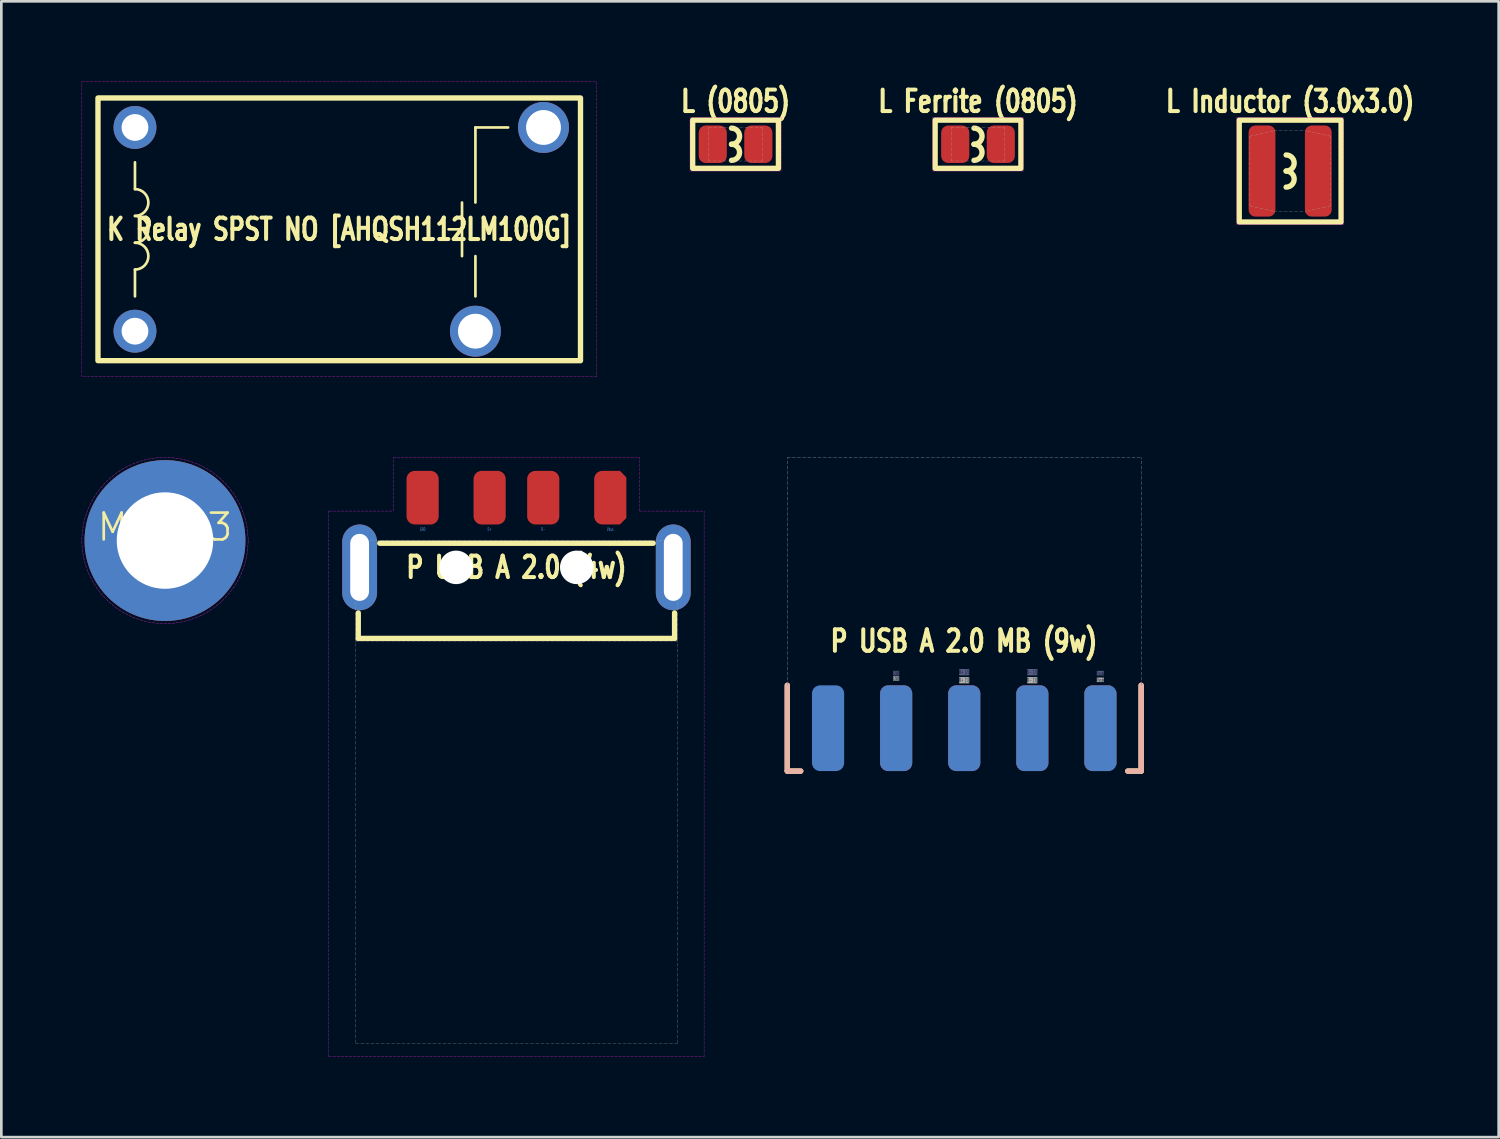
<source format=kicad_pcb>
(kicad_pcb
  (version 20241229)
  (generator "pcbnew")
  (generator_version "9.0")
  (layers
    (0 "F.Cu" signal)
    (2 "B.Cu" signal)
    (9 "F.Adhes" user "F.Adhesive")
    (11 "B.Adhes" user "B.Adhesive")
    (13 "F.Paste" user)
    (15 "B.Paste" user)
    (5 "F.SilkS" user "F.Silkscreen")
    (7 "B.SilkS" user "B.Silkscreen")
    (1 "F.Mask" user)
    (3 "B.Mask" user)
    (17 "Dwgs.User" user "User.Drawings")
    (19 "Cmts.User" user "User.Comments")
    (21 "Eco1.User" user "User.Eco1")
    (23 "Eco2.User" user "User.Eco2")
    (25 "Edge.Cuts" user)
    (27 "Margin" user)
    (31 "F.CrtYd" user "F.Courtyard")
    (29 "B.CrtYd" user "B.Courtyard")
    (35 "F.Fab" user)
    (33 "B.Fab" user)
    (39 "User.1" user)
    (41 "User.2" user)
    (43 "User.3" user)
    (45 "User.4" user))
  (footprint "MH M3"
    (layer "F.Cu")
    (at 3.105 17.115)
    (property "Reference" "MH M3" (at 0 -0.5 0) (unlocked yes) (layer "F.SilkS") (effects (font (size 1 1) (thickness 0.1))))
    (attr smd)
    (fp_circle (center 0 0) (end 3.1 0) (stroke (width 0.01) (type dash)) (fill no) (layer "F.CrtYd"))
    (pad "" np_thru_hole circle (at 0 0) (size 6 6) (drill 3.6) (layers "*.Cu")))
  (footprint "P USB A 2.0 MB (9w)"
    (layer "F.Cu")
    (at 32.92 24.115)
    (property "Reference" "P USB A 2.0 MB (9w)" (at -0.01 -3.25 0) (layer "F.SilkS") (effects (font (size 0.8 0.6) (thickness 0.15))))
    (attr smd)
    (fp_line (start -6.6 -1.6) (end -6.6 1.6) (stroke (width 0.2) (type default)) (layer "F.SilkS"))
    (fp_line (start -6.6 1.6) (end -6.1 1.6) (stroke (width 0.2) (type default)) (layer "F.SilkS"))
    (fp_line (start 6.6 -1.6) (end 6.6 1.6) (stroke (width 0.2) (type default)) (layer "F.SilkS"))
    (fp_line (start 6.6 1.6) (end 6.1 1.6) (stroke (width 0.2) (type default)) (layer "F.SilkS"))
    (fp_line (start -6.6 -1.6) (end -6.6 1.6) (stroke (width 0.2) (type default)) (layer "B.SilkS"))
    (fp_line (start -6.6 1.6) (end -6.1 1.6) (stroke (width 0.2) (type default)) (layer "B.SilkS"))
    (fp_line (start 6.6 -1.6) (end 6.6 1.6) (stroke (width 0.2) (type default)) (layer "B.SilkS"))
    (fp_line (start 6.6 1.6) (end 6.1 1.6) (stroke (width 0.2) (type default)) (layer "B.SilkS"))
    (fp_line (start -6.6 -10.1) (end 6.6 -10.1) (stroke (width 0.01) (type dash_dot)) (layer "B.Fab"))
    (fp_line (start -6.6 -1.6) (end -6.6 -10.1) (stroke (width 0.01) (type dash_dot)) (layer "B.Fab"))
    (fp_line (start 6.6 -1.6) (end 6.6 -10.1) (stroke (width 0.01) (type dash_dot)) (layer "B.Fab"))
    (fp_line (start -6.6 -10.1) (end 6.6 -10.1) (stroke (width 0.01) (type dash_dot)) (layer "F.Fab"))
    (fp_line (start -6.6 -1.6) (end -6.6 -10.1) (stroke (width 0.01) (type dash_dot)) (layer "F.Fab"))
    (fp_line (start 6.6 -1.6) (end 6.6 -10.1) (stroke (width 0.01) (type dash_dot)) (layer "F.Fab"))
    (fp_text user "D+ (2)" (at 0 -2.1 0) (layer "B.Fab" knockout) (effects (font (size 0.13 0.07) (thickness 0.01))))
    (fp_text user "Vusb" (at 5.08 -2.05 0) (layer "B.Fab" knockout) (effects (font (size 0.13 0.07) (thickness 0.01))))
    (fp_text user "D- (2)" (at 2.54 -2.1 0) (layer "B.Fab" knockout) (effects (font (size 0.13 0.07) (thickness 0.01))))
    (fp_text user "GND" (at -2.54 -2.05 0) (layer "B.Fab" knockout) (effects (font (size 0.13 0.07) (thickness 0.01) (bold yes))))
    (fp_text user "D- (1)" (at 2.54 -1.8 0) (layer "F.Fab" knockout) (effects (font (size 0.13 0.07) (thickness 0.01))))
    (fp_text user "GND" (at -2.54 -1.85 0) (layer "F.Fab" knockout) (effects (font (size 0.13 0.07) (thickness 0.01))))
    (fp_text user "D+ (1)" (at 0 -1.8 0) (layer "F.Fab" knockout) (effects (font (size 0.13 0.07) (thickness 0.01))))
    (fp_text user "Vusb" (at 5.08 -1.8 0) (layer "F.Fab" knockout) (effects (font (size 0.13 0.07) (thickness 0.01))))
    (pad "1" smd roundrect (at 5.08 0) (size 1.2 3.2) (layers "F.Cu" "F.Mask" "F.Paste") (roundrect_rratio 0.25) (chamfer_ratio 0.2) (chamfer top_right bottom_right))
    (pad "2" smd roundrect (at 5.08 0) (size 1.2 3.2) (layers "B.Cu" "B.Mask" "B.Paste") (roundrect_rratio 0.25))
    (pad "3" smd roundrect (at 2.54 0) (size 1.2 3.2) (layers "F.Cu" "F.Mask" "F.Paste") (roundrect_rratio 0.25))
    (pad "4" smd roundrect (at 2.54 0) (size 1.2 3.2) (layers "B.Cu" "B.Mask" "B.Paste") (roundrect_rratio 0.25))
    (pad "5" smd roundrect (at 0 0) (size 1.2 3.2) (layers "F.Cu" "F.Mask" "F.Paste") (roundrect_rratio 0.25))
    (pad "6" smd roundrect (at 0 0) (size 1.2 3.2) (layers "B.Cu" "B.Mask" "B.Paste") (roundrect_rratio 0.25))
    (pad "7" smd roundrect (at -2.54 0) (size 1.2 3.2) (layers "F.Cu" "F.Mask" "F.Paste") (roundrect_rratio 0.25))
    (pad "8" smd roundrect (at -2.54 0) (size 1.2 3.2) (layers "B.Cu" "B.Mask" "B.Paste") (roundrect_rratio 0.25))
    (pad "10" smd roundrect (at -5.08 0) (size 1.2 3.2) (layers "B.Cu" "B.Mask" "B.Paste") (roundrect_rratio 0.25)))
  (footprint "K Relay SPST NO [AHQSH112LM100G]"
    (layer "F.Cu")
    (at 9.605 5.505)
    (property "Reference" "K Relay SPST NO [AHQSH112LM100G]" (at 0 0 0) (layer "F.SilkS") (effects (font (size 0.8 0.6) (thickness 0.15) (bold yes))))
    (attr through_hole)
    (fp_line (start -7.62 -1.5) (end -7.62 -2.5) (stroke (width 0.1) (type default)) (layer "F.SilkS"))
    (fp_line (start -7.62 2.5) (end -7.62 1.5) (stroke (width 0.1) (type default)) (layer "F.SilkS"))
    (fp_line (start 4.08 0) (end 4.58 0) (stroke (width 0.1) (type default)) (layer "F.SilkS"))
    (fp_line (start 4.58 1) (end 4.58 -1) (stroke (width 0.1) (type default)) (layer "F.SilkS"))
    (fp_line (start 5.08 -3.8) (end 6.3 -3.8) (stroke (width 0.1) (type default)) (layer "F.SilkS"))
    (fp_line (start 5.08 -1) (end 5.08 -3.8) (stroke (width 0.1) (type default)) (layer "F.SilkS"))
    (fp_line (start 5.08 1) (end 5.08 2.5) (stroke (width 0.1) (type default)) (layer "F.SilkS"))
    (fp_rect (start -9 4.9) (end 9 -4.9) (stroke (width 0.2) (type default)) (fill no) (layer "F.SilkS"))
    (fp_arc (start -7.62 -1.5) (mid -7.12 -1) (end -7.62 -0.5) (stroke (width 0.1) (type default)) (layer "F.SilkS"))
    (fp_arc (start -7.62 -0.5) (mid -7.12 0) (end -7.62 0.5) (stroke (width 0.1) (type default)) (layer "F.SilkS"))
    (fp_arc (start -7.62 0.5) (mid -7.12 1) (end -7.62 1.5) (stroke (width 0.1) (type default)) (layer "F.SilkS"))
    (fp_rect (start -9.6 -5.5) (end 9.6 5.5) (stroke (width 0.01) (type dash)) (fill no) (layer "F.CrtYd"))
    (pad "1" thru_hole circle (at -7.62 -3.8) (size 1.6 1.6) (drill 1) (layers "*.Cu" "*.Mask"))
    (pad "2" thru_hole circle (at -7.62 3.8) (size 1.6 1.6) (drill 1) (layers "*.Cu" "*.Mask"))
    (pad "3" thru_hole circle (at 7.62 -3.8) (size 1.9 1.9) (drill 1.3) (layers "*.Cu" "*.Mask"))
    (pad "4" thru_hole circle (at 5.08 3.8) (size 1.9 1.9) (drill 1.3) (layers "*.Cu" "*.Mask")))
  (footprint "L Inductor (3.0x3.0)"
    (layer "F.Cu")
    (at 45.078 3.331)
    (property "Reference" "L Inductor (3.0x3.0)" (at 0 -2.6 0) (layer "F.SilkS") (effects (font (size 0.8 0.6) (thickness 0.15))))
    (attr smd)
    (fp_rect (start -1.9 -1.9) (end 1.9 1.9) (stroke (width 0.2) (type default)) (fill no) (layer "F.SilkS"))
    (fp_arc (start -0.15 -0.6) (mid 0.15 -0.3) (end -0.15 0) (stroke (width 0.2) (type default)) (layer "F.SilkS"))
    (fp_arc (start -0.15 0) (mid 0.15 0.3) (end -0.15 0.6) (stroke (width 0.2) (type default)) (layer "F.SilkS"))
    (fp_rect (start -2 -2) (end 2 2) (stroke (width 0.01) (type dash)) (fill no) (layer "F.CrtYd"))
    (fp_line (start -1.5 -1.3) (end -1.5 1.3) (stroke (width 0.01) (type dash_dot)) (layer "F.Fab"))
    (fp_line (start -1.5 -1.3) (end -0.6 -1.5) (stroke (width 0.01) (type dash_dot)) (layer "F.Fab"))
    (fp_line (start -1.5 1.3) (end -0.6 1.5) (stroke (width 0.01) (type dash_dot)) (layer "F.Fab"))
    (fp_line (start -0.6 -1.5) (end 0.6 -1.5) (stroke (width 0.01) (type dash_dot)) (layer "F.Fab"))
    (fp_line (start -0.6 1.5) (end 0.6 1.5) (stroke (width 0.01) (type dash_dot)) (layer "F.Fab"))
    (fp_line (start 1.5 -1.3) (end 0.6 -1.5) (stroke (width 0.01) (type dash_dot)) (layer "F.Fab"))
    (fp_line (start 1.5 -1.3) (end 1.5 1.3) (stroke (width 0.01) (type dash_dot)) (layer "F.Fab"))
    (fp_line (start 1.5 1.3) (end 0.6 1.5) (stroke (width 0.01) (type dash_dot)) (layer "F.Fab"))
    (pad "1" smd roundrect (at -1.05 0) (size 1 3.4) (layers "F.Cu" "F.Mask" "F.Paste") (roundrect_rratio 0.25))
    (pad "2" smd roundrect (at 1.05 0) (size 1 3.4) (layers "F.Cu" "F.Mask" "F.Paste") (roundrect_rratio 0.25)))
  (footprint "P USB A 2.0 (4w)"
    (layer "F.Cu")
    (at 16.215 18.115)
    (property "Reference" "P USB A 2.0 (4w)" (at 0 0 0) (unlocked yes) (layer "F.SilkS") (effects (font (size 0.8 0.6) (thickness 0.15))))
    (attr smd)
    (fp_line (start -5.9 1.7) (end -5.9 2.65) (stroke (width 0.2) (type default)) (layer "F.SilkS"))
    (fp_line (start -5.9 2.65) (end 5.9 2.65) (stroke (width 0.2) (type default)) (layer "F.SilkS"))
    (fp_line (start -5.1 -0.9) (end 5.1 -0.9) (stroke (width 0.2) (type default)) (layer "F.SilkS"))
    (fp_line (start 5.9 1.7) (end 5.9 2.65) (stroke (width 0.2) (type default)) (layer "F.SilkS"))
    (fp_line (start -7 -2.1) (end -4.6 -2.1) (stroke (width 0.01) (type dash)) (layer "F.CrtYd"))
    (fp_line (start -7 18.25) (end -7 -2.1) (stroke (width 0.01) (type dash)) (layer "F.CrtYd"))
    (fp_line (start -7 18.25) (end 7 18.25) (stroke (width 0.01) (type dash)) (layer "F.CrtYd"))
    (fp_line (start -4.6 -4.1) (end 4.6 -4.1) (stroke (width 0.01) (type dash)) (layer "F.CrtYd"))
    (fp_line (start -4.6 -2.1) (end -4.6 -4.1) (stroke (width 0.01) (type dash)) (layer "F.CrtYd"))
    (fp_line (start 4.6 -2.1) (end 4.6 -4.1) (stroke (width 0.01) (type dash)) (layer "F.CrtYd"))
    (fp_line (start 4.6 -2.1) (end 7 -2.1) (stroke (width 0.01) (type dash)) (layer "F.CrtYd"))
    (fp_line (start 7 18.25) (end 7 -2.1) (stroke (width 0.01) (type dash)) (layer "F.CrtYd"))
    (fp_line (start -6 2.75) (end 6 2.75) (stroke (width 0.01) (type dash_dot)) (layer "F.Fab"))
    (fp_rect (start -6 17.75) (end 6 -1) (stroke (width 0.01) (type dash_dot)) (fill no) (layer "F.Fab"))
    (fp_text user "Vbus" (at 3.5 -1.5 0) (unlocked yes) (layer "Cmts.User") (effects (font (size 0.13 0.07) (thickness 0.01) (bold yes)) (justify top)))
    (fp_text user "GND" (at -3.5 -1.5 0) (unlocked yes) (layer "Cmts.User") (effects (font (size 0.13 0.07) (thickness 0.01) (bold yes)) (justify top)))
    (fp_text user "D+" (at -1 -1.5 0) (unlocked yes) (layer "Cmts.User") (effects (font (size 0.13 0.07) (thickness 0.01)) (justify top)))
    (fp_text user "D-" (at 1 -1.5 0) (unlocked yes) (layer "Cmts.User") (effects (font (size 0.13 0.07) (thickness 0.01)) (justify top)))
    (pad "" np_thru_hole circle (at -2.25 0) (size 1.25 1.25) (drill 1.3) (layers "*.Cu" "*.Mask"))
    (pad "" np_thru_hole circle (at 2.25 0) (size 1.25 1.25) (drill 1.3) (layers "*.Cu" "*.Mask"))
    (pad "1" smd roundrect (at 3.5 -2.6) (size 1.2 2) (layers "F.Cu" "F.Mask" "F.Paste") (roundrect_rratio 0.25) (chamfer_ratio 0.2) (chamfer top_right bottom_right))
    (pad "2" smd roundrect (at 1 -2.6) (size 1.2 2) (layers "F.Cu" "F.Mask" "F.Paste") (roundrect_rratio 0.25))
    (pad "3" smd roundrect (at -1 -2.6) (size 1.2 2) (layers "F.Cu" "F.Mask" "F.Paste") (roundrect_rratio 0.25))
    (pad "4" smd roundrect (at -3.5 -2.6) (size 1.2 2) (layers "F.Cu" "F.Mask" "F.Paste") (roundrect_rratio 0.25))
    (pad "5" thru_hole oval (at -5.85 0) (size 1.3 3.2) (drill oval 0.7 2.5) (layers "*.Cu" "*.Mask" "F.Paste"))
    (pad "5" thru_hole oval (at 5.85 0) (size 1.3 3.2) (drill oval 0.7 2.5) (layers "*.Cu" "*.Mask" "F.Paste")))
  (footprint "L Ferrite (0805)"
    (layer "F.Cu")
    (at 33.434 2.331)
    (property "Reference" "L Ferrite (0805)" (at 0 -1.6 0) (unlocked yes) (layer "F.SilkS") (effects (font (size 0.8 0.6) (thickness 0.15))))
    (attr smd)
    (fp_rect (start -1.6 -0.9) (end 1.6 0.9) (stroke (width 0.2) (type default)) (fill no) (layer "F.SilkS"))
    (fp_arc (start -0.15 -0.6) (mid 0.15 -0.3) (end -0.15 0) (stroke (width 0.2) (type default)) (layer "F.SilkS"))
    (fp_arc (start -0.15 0) (mid 0.15 0.3) (end -0.15 0.6) (stroke (width 0.2) (type default)) (layer "F.SilkS"))
    (fp_rect (start -1.7 -1) (end 1.7 1) (stroke (width 0.01) (type dash)) (fill no) (layer "F.CrtYd"))
    (fp_rect (start -1 -0.625) (end 1 0.625) (stroke (width 0.01) (type dash_dot)) (fill no) (layer "F.Fab"))
    (pad "1" smd roundrect (at -0.85 0) (size 1.05 1.4) (layers "F.Cu" "F.Mask" "F.Paste") (roundrect_rratio 0.25))
    (pad "2" smd roundrect (at 0.85 0) (size 1.05 1.4) (layers "F.Cu" "F.Mask" "F.Paste") (roundrect_rratio 0.25)))
  (footprint "L (0805)"
    (layer "F.Cu")
    (at 24.389 2.331)
    (property "Reference" "L (0805)" (at 0 -1.6 0) (layer "F.SilkS") (effects (font (size 0.8 0.6) (thickness 0.15))))
    (attr smd)
    (fp_rect (start -1.6 -0.9) (end 1.6 0.9) (stroke (width 0.2) (type default)) (fill no) (layer "F.SilkS"))
    (fp_arc (start -0.15 -0.6) (mid 0.15 -0.3) (end -0.15 0) (stroke (width 0.2) (type default)) (layer "F.SilkS"))
    (fp_arc (start -0.15 0) (mid 0.15 0.3) (end -0.15 0.6) (stroke (width 0.2) (type default)) (layer "F.SilkS"))
    (fp_rect (start -1.7 -1) (end 1.7 1) (stroke (width 0.01) (type dash)) (fill no) (layer "F.CrtYd"))
    (fp_rect (start -1 -0.625) (end 1 0.625) (stroke (width 0.01) (type dash_dot)) (fill no) (layer "F.Fab"))
    (pad "1" smd roundrect (at -0.85 0) (size 1.05 1.4) (layers "F.Cu" "F.Mask" "F.Paste") (roundrect_rratio 0.25))
    (pad "2" smd roundrect (at 0.85 0) (size 1.05 1.4) (layers "F.Cu" "F.Mask" "F.Paste") (roundrect_rratio 0.25)))
  (gr_rect
    (start -3 -3)
    (end 52.857 39.37)
    (stroke (width 0.1) (type default))
    (fill no)
    (layer "Edge.Cuts")))
</source>
